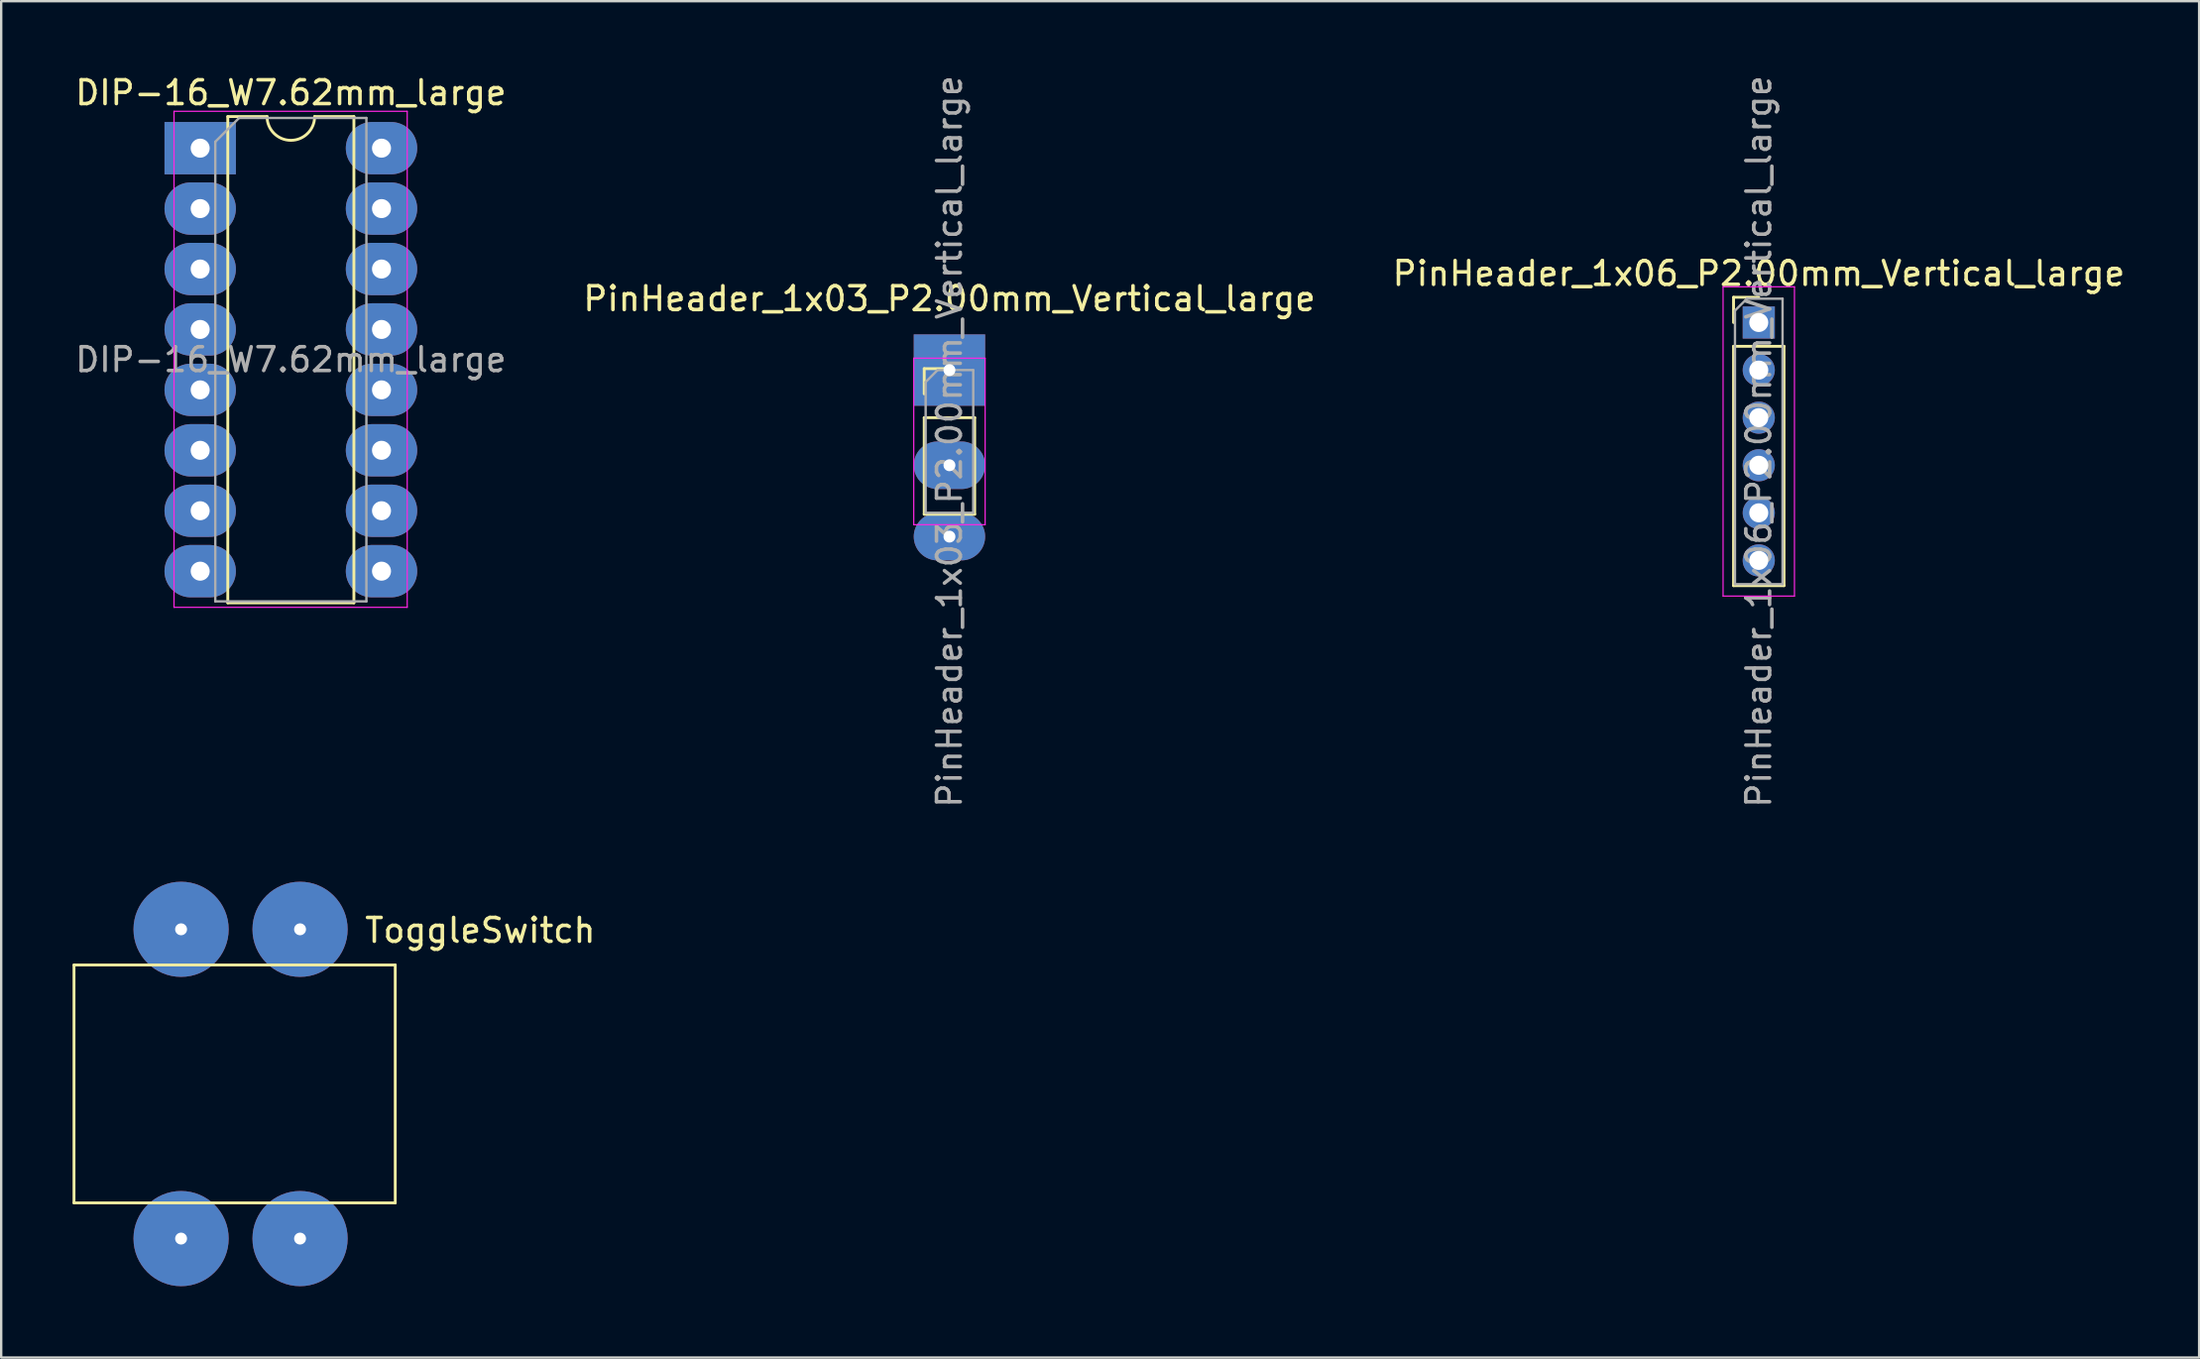
<source format=kicad_pcb>
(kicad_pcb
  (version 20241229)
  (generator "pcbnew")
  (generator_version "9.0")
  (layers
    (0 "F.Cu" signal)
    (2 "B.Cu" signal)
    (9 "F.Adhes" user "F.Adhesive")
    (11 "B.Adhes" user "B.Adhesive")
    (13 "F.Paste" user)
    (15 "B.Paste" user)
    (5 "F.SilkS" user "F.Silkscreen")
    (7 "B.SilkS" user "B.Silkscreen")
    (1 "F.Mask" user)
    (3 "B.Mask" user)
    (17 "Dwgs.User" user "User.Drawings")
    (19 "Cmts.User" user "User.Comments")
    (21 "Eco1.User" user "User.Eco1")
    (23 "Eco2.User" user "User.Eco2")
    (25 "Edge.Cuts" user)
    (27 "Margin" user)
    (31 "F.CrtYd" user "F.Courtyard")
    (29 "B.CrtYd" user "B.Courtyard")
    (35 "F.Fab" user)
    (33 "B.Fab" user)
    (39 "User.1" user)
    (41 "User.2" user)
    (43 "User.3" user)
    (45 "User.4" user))
  (footprint "DIP-16_W7.62mm_large"
    (layer "F.Cu")
    (at 5.363 3.178)
    (property "Reference" "DIP-16_W7.62mm_large" (at 3.81 -2.33 0) (layer "F.SilkS") (effects (font (size 1 1) (thickness 0.15))))
    (attr through_hole)
    (fp_line (start 1.16 -1.33) (end 1.16 19.11) (stroke (width 0.12) (type solid)) (layer "F.SilkS"))
    (fp_line (start 1.16 19.11) (end 6.46 19.11) (stroke (width 0.12) (type solid)) (layer "F.SilkS"))
    (fp_line (start 2.81 -1.33) (end 1.16 -1.33) (stroke (width 0.12) (type solid)) (layer "F.SilkS"))
    (fp_line (start 6.46 -1.33) (end 4.81 -1.33) (stroke (width 0.12) (type solid)) (layer "F.SilkS"))
    (fp_line (start 6.46 19.11) (end 6.46 -1.33) (stroke (width 0.12) (type solid)) (layer "F.SilkS"))
    (fp_arc (start 4.81 -1.33) (mid 3.81 -0.33) (end 2.81 -1.33) (stroke (width 0.12) (type solid)) (layer "F.SilkS"))
    (fp_line (start -1.1 -1.55) (end -1.1 19.3) (stroke (width 0.05) (type solid)) (layer "F.CrtYd"))
    (fp_line (start -1.1 19.3) (end 8.7 19.3) (stroke (width 0.05) (type solid)) (layer "F.CrtYd"))
    (fp_line (start 8.7 -1.55) (end -1.1 -1.55) (stroke (width 0.05) (type solid)) (layer "F.CrtYd"))
    (fp_line (start 8.7 19.3) (end 8.7 -1.55) (stroke (width 0.05) (type solid)) (layer "F.CrtYd"))
    (fp_line (start 0.635 -0.27) (end 1.635 -1.27) (stroke (width 0.1) (type solid)) (layer "F.Fab"))
    (fp_line (start 0.635 19.05) (end 0.635 -0.27) (stroke (width 0.1) (type solid)) (layer "F.Fab"))
    (fp_line (start 1.635 -1.27) (end 6.985 -1.27) (stroke (width 0.1) (type solid)) (layer "F.Fab"))
    (fp_line (start 6.985 -1.27) (end 6.985 19.05) (stroke (width 0.1) (type solid)) (layer "F.Fab"))
    (fp_line (start 6.985 19.05) (end 0.635 19.05) (stroke (width 0.1) (type solid)) (layer "F.Fab"))
    (fp_text user "${REFERENCE}" (at 3.81 8.89 0) (layer "F.Fab") (effects (font (size 1 1) (thickness 0.15))))
    (pad "1" thru_hole rect (at 0 0) (size 3 2.2) (drill 0.8) (layers "*.Cu" "*.Mask"))
    (pad "2" thru_hole oval (at 0 2.54) (size 3 2.2) (drill 0.8) (layers "*.Cu" "*.Mask"))
    (pad "3" thru_hole oval (at 0 5.08) (size 3 2.2) (drill 0.8) (layers "*.Cu" "*.Mask"))
    (pad "4" thru_hole oval (at 0 7.62) (size 3 2.2) (drill 0.8) (layers "*.Cu" "*.Mask"))
    (pad "5" thru_hole oval (at 0 10.16) (size 3 2.2) (drill 0.8) (layers "*.Cu" "*.Mask"))
    (pad "6" thru_hole oval (at 0 12.7) (size 3 2.2) (drill 0.8) (layers "*.Cu" "*.Mask"))
    (pad "7" thru_hole oval (at 0 15.24) (size 3 2.2) (drill 0.8) (layers "*.Cu" "*.Mask"))
    (pad "8" thru_hole oval (at 0 17.78) (size 3 2.2) (drill 0.8) (layers "*.Cu" "*.Mask"))
    (pad "9" thru_hole oval (at 7.62 17.78) (size 3 2.2) (drill 0.8) (layers "*.Cu" "*.Mask"))
    (pad "10" thru_hole oval (at 7.62 15.24) (size 3 2.2) (drill 0.8) (layers "*.Cu" "*.Mask"))
    (pad "11" thru_hole oval (at 7.62 12.7) (size 3 2.2) (drill 0.8) (layers "*.Cu" "*.Mask"))
    (pad "12" thru_hole oval (at 7.62 10.16) (size 3 2.2) (drill 0.8) (layers "*.Cu" "*.Mask"))
    (pad "13" thru_hole oval (at 7.62 7.62) (size 3 2.2) (drill 0.8) (layers "*.Cu" "*.Mask"))
    (pad "14" thru_hole oval (at 7.62 5.08) (size 3 2.2) (drill 0.8) (layers "*.Cu" "*.Mask"))
    (pad "15" thru_hole oval (at 7.62 2.54) (size 3 2.2) (drill 0.8) (layers "*.Cu" "*.Mask"))
    (pad "16" thru_hole oval (at 7.62 0) (size 3 2.2) (drill 0.8) (layers "*.Cu" "*.Mask")))
  (footprint "PinHeader_1x03_P2.00mm_Vertical_large"
    (layer "F.Cu")
    (at 36.851 13.506)
    (property "Reference" "PinHeader_1x03_P2.00mm_Vertical_large" (at 0 -4 0) (layer "F.SilkS") (effects (font (size 1 1) (thickness 0.15))))
    (attr through_hole)
    (fp_line (start -1.06 -1.06) (end 0 -1.06) (stroke (width 0.12) (type solid)) (layer "F.SilkS"))
    (fp_line (start -1.06 0) (end -1.06 -1.06) (stroke (width 0.12) (type solid)) (layer "F.SilkS"))
    (fp_line (start -1.06 1) (end -1.06 5.06) (stroke (width 0.12) (type solid)) (layer "F.SilkS"))
    (fp_line (start -1.06 1) (end 1.06 1) (stroke (width 0.12) (type solid)) (layer "F.SilkS"))
    (fp_line (start -1.06 5.06) (end 1.06 5.06) (stroke (width 0.12) (type solid)) (layer "F.SilkS"))
    (fp_line (start 1.06 1) (end 1.06 5.06) (stroke (width 0.12) (type solid)) (layer "F.SilkS"))
    (fp_line (start -1.5 -1.5) (end -1.5 5.5) (stroke (width 0.05) (type solid)) (layer "F.CrtYd"))
    (fp_line (start -1.5 5.5) (end 1.5 5.5) (stroke (width 0.05) (type solid)) (layer "F.CrtYd"))
    (fp_line (start 1.5 -1.5) (end -1.5 -1.5) (stroke (width 0.05) (type solid)) (layer "F.CrtYd"))
    (fp_line (start 1.5 5.5) (end 1.5 -1.5) (stroke (width 0.05) (type solid)) (layer "F.CrtYd"))
    (fp_line (start -1 -0.5) (end -0.5 -1) (stroke (width 0.1) (type solid)) (layer "F.Fab"))
    (fp_line (start -1 5) (end -1 -0.5) (stroke (width 0.1) (type solid)) (layer "F.Fab"))
    (fp_line (start -0.5 -1) (end 1 -1) (stroke (width 0.1) (type solid)) (layer "F.Fab"))
    (fp_line (start 1 -1) (end 1 5) (stroke (width 0.1) (type solid)) (layer "F.Fab"))
    (fp_line (start 1 5) (end -1 5) (stroke (width 0.1) (type solid)) (layer "F.Fab"))
    (fp_text user "${REFERENCE}" (at 0 2 90) (layer "F.Fab") (effects (font (size 1 1) (thickness 0.15))))
    (pad "1" thru_hole rect (at 0 -1) (size 3 3) (drill 0.5) (layers "*.Cu" "*.Mask"))
    (pad "2" thru_hole oval (at 0 3) (size 3 2) (drill 0.5) (layers "*.Cu" "*.Mask"))
    (pad "3" thru_hole oval (at 0 6) (size 3 2) (drill 0.5) (layers "*.Cu" "*.Mask")))
  (footprint "ToggleSwitch"
    (layer "F.Cu")
    (at 4.56 49.012)
    (property "Reference" "ToggleSwitch" (at 12.573 -12.954 0) (layer "F.SilkS") (effects (font (size 1 1) (thickness 0.15))))
    (attr through_hole)
    (fp_line (start -4.5 -11.5) (end 9 -11.5) (stroke (width 0.12) (type solid)) (layer "F.SilkS"))
    (fp_line (start -4.5 -1.5) (end -4.5 -11.5) (stroke (width 0.12) (type solid)) (layer "F.SilkS"))
    (fp_line (start 9 -11.5) (end 9 -1.5) (stroke (width 0.12) (type solid)) (layer "F.SilkS"))
    (fp_line (start 9 -1.5) (end -4.5 -1.5) (stroke (width 0.12) (type solid)) (layer "F.SilkS"))
    (pad "1" thru_hole circle (at 0 0) (size 4 4) (drill 0.5) (layers "*.Cu" "*.Mask"))
    (pad "2" thru_hole circle (at 5 0) (size 4 4) (drill 0.5) (layers "*.Cu" "*.Mask"))
    (pad "3" thru_hole circle (at 5 -13) (size 4 4) (drill 0.5) (layers "*.Cu" "*.Mask"))
    (pad "4" thru_hole circle (at 0 -13) (size 4 4) (drill 0.5) (layers "*.Cu" "*.Mask")))
  (footprint "PinHeader_1x06_P2.00mm_Vertical_large"
    (layer "F.Cu")
    (at 70.863 10.506)
    (property "Reference" "PinHeader_1x06_P2.00mm_Vertical_large" (at 0 -2.06 0) (layer "F.SilkS") (effects (font (size 1 1) (thickness 0.15))))
    (attr through_hole)
    (fp_line (start -1.06 -1.06) (end 0 -1.06) (stroke (width 0.12) (type solid)) (layer "F.SilkS"))
    (fp_line (start -1.06 0) (end -1.06 -1.06) (stroke (width 0.12) (type solid)) (layer "F.SilkS"))
    (fp_line (start -1.06 1) (end -1.06 11.06) (stroke (width 0.12) (type solid)) (layer "F.SilkS"))
    (fp_line (start -1.06 1) (end 1.06 1) (stroke (width 0.12) (type solid)) (layer "F.SilkS"))
    (fp_line (start -1.06 11.06) (end 1.06 11.06) (stroke (width 0.12) (type solid)) (layer "F.SilkS"))
    (fp_line (start 1.06 1) (end 1.06 11.06) (stroke (width 0.12) (type solid)) (layer "F.SilkS"))
    (fp_line (start -1.5 -1.5) (end -1.5 11.5) (stroke (width 0.05) (type solid)) (layer "F.CrtYd"))
    (fp_line (start -1.5 11.5) (end 1.5 11.5) (stroke (width 0.05) (type solid)) (layer "F.CrtYd"))
    (fp_line (start 1.5 -1.5) (end -1.5 -1.5) (stroke (width 0.05) (type solid)) (layer "F.CrtYd"))
    (fp_line (start 1.5 11.5) (end 1.5 -1.5) (stroke (width 0.05) (type solid)) (layer "F.CrtYd"))
    (fp_line (start -1 -0.5) (end -0.5 -1) (stroke (width 0.1) (type solid)) (layer "F.Fab"))
    (fp_line (start -1 11) (end -1 -0.5) (stroke (width 0.1) (type solid)) (layer "F.Fab"))
    (fp_line (start -0.5 -1) (end 1 -1) (stroke (width 0.1) (type solid)) (layer "F.Fab"))
    (fp_line (start 1 -1) (end 1 11) (stroke (width 0.1) (type solid)) (layer "F.Fab"))
    (fp_line (start 1 11) (end -1 11) (stroke (width 0.1) (type solid)) (layer "F.Fab"))
    (fp_text user "${REFERENCE}" (at 0 5 90) (layer "F.Fab") (effects (font (size 1 1) (thickness 0.15))))
    (pad "1" thru_hole rect (at 0 0) (size 1.35 1.35) (drill 0.8) (layers "*.Cu" "*.Mask"))
    (pad "2" thru_hole oval (at 0 2) (size 1.35 1.35) (drill 0.8) (layers "*.Cu" "*.Mask"))
    (pad "3" thru_hole oval (at 0 4) (size 1.35 1.35) (drill 0.8) (layers "*.Cu" "*.Mask"))
    (pad "4" thru_hole oval (at 0 6) (size 1.35 1.35) (drill 0.8) (layers "*.Cu" "*.Mask"))
    (pad "5" thru_hole oval (at 0 8) (size 1.35 1.35) (drill 0.8) (layers "*.Cu" "*.Mask"))
    (pad "6" thru_hole oval (at 0 10) (size 1.35 1.35) (drill 0.8) (layers "*.Cu" "*.Mask")))
  (gr_rect
    (start -3 -3)
    (end 89.369 54.012)
    (stroke (width 0.1) (type default))
    (fill no)
    (layer "Edge.Cuts")))
</source>
